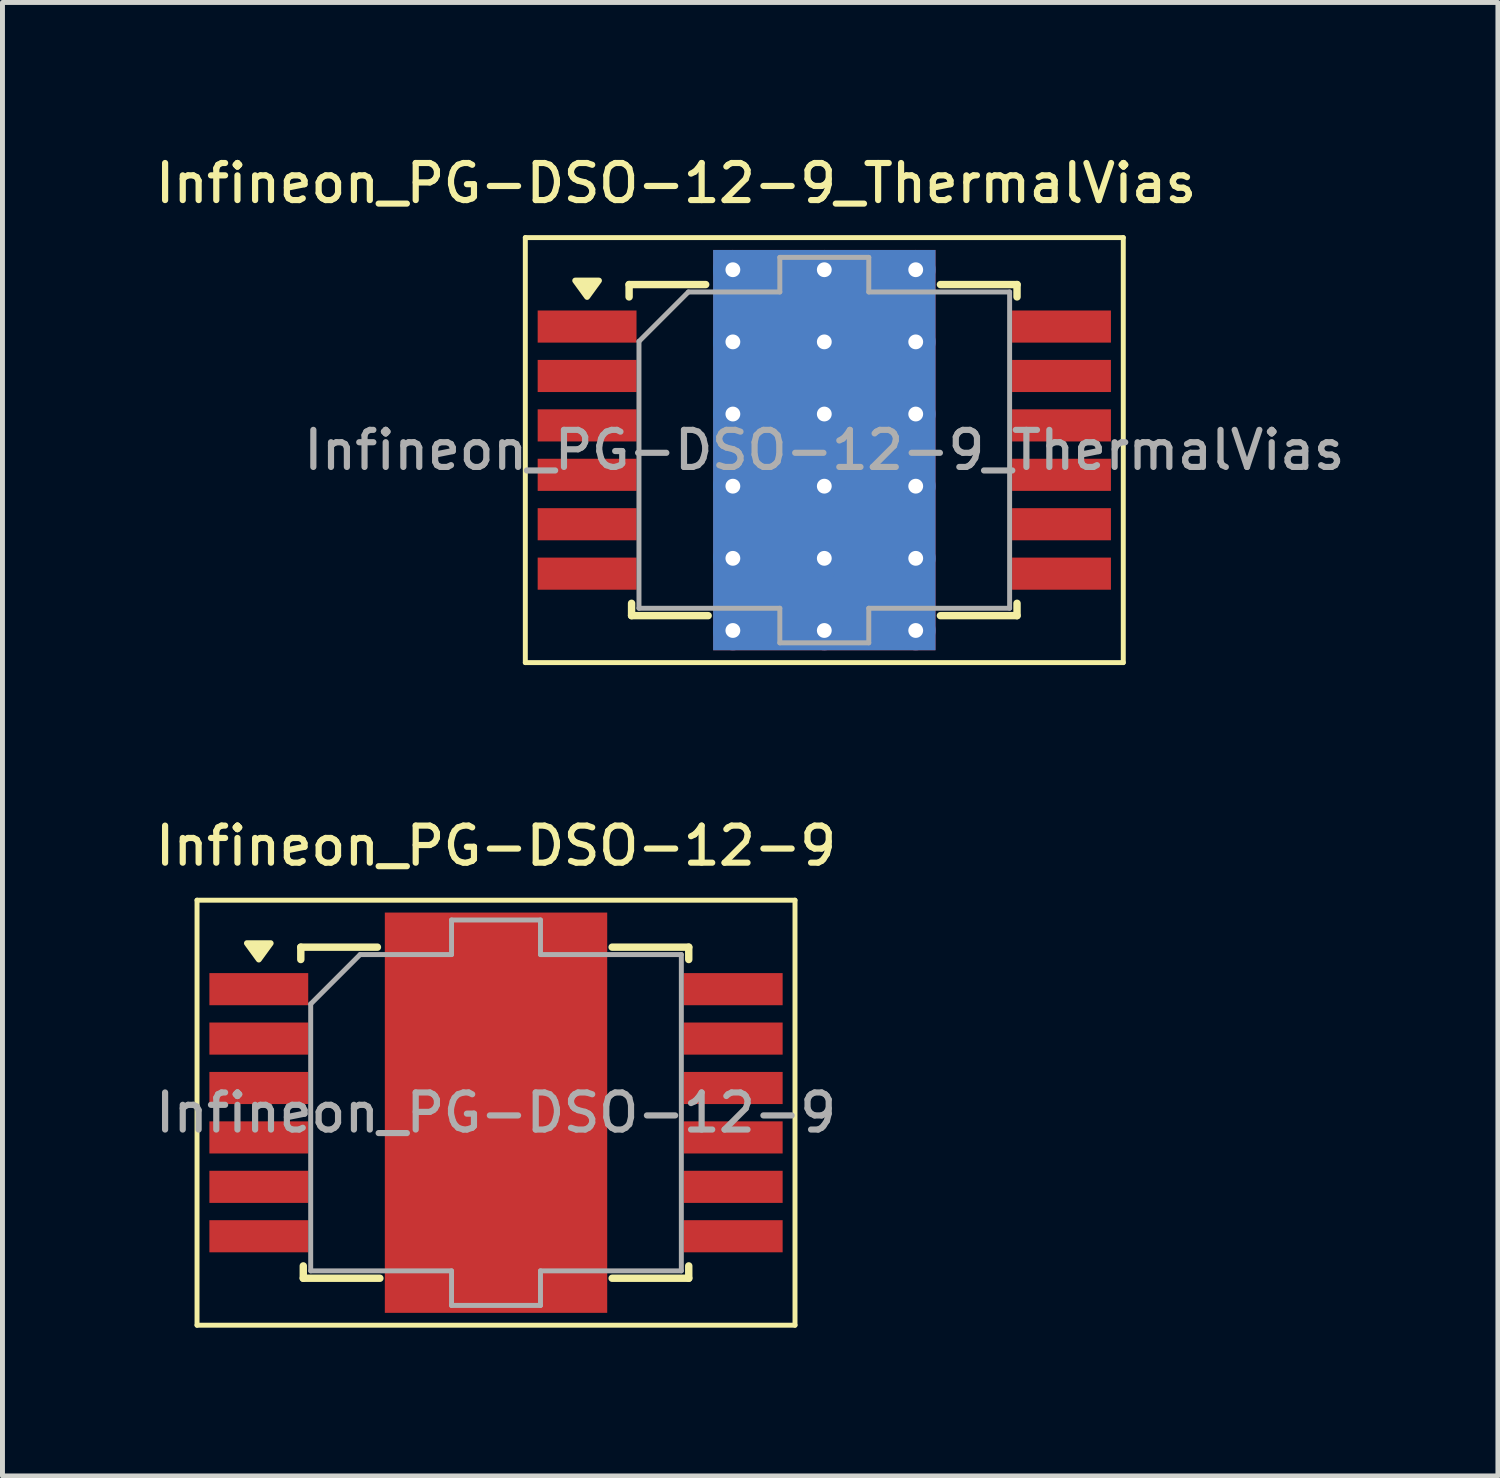
<source format=kicad_pcb>
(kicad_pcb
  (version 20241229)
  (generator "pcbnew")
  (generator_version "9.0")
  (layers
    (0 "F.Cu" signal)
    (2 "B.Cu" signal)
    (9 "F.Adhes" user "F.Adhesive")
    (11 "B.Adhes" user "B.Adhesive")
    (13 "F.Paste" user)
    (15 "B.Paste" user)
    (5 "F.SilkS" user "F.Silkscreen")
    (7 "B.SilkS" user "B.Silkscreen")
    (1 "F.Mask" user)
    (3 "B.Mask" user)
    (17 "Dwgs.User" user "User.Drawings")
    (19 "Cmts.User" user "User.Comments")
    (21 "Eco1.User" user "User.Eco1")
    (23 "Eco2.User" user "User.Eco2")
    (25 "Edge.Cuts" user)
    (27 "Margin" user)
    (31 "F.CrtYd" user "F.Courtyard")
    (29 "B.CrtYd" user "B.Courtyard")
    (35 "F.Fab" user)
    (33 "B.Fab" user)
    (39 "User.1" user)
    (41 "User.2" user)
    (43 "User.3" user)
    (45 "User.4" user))
  (footprint "Infineon_PG-DSO-12-9"
    (layer "F.Cu")
    (at 6.987 19.466)
    (property "Reference" "Infineon_PG-DSO-12-9" (at 0 -5.4 0) (layer "F.SilkS") (effects (font (size 0.75 0.75) (thickness 0.125))))
    (attr smd)
    (fp_line (start -6.05 -4.3) (end 6.05 -4.3) (stroke (width 0.1) (type solid)) (layer "F.SilkS"))
    (fp_line (start -6.05 4.3) (end -6.05 -4.3) (stroke (width 0.1) (type solid)) (layer "F.SilkS"))
    (fp_line (start -3.95 -3.35) (end -2.4 -3.35) (stroke (width 0.15) (type solid)) (layer "F.SilkS"))
    (fp_line (start -3.95 -3.1) (end -3.95 -3.35) (stroke (width 0.15) (type solid)) (layer "F.SilkS"))
    (fp_line (start -3.9 3.1) (end -3.9 3.35) (stroke (width 0.15) (type solid)) (layer "F.SilkS"))
    (fp_line (start -3.9 3.35) (end -2.35 3.35) (stroke (width 0.15) (type solid)) (layer "F.SilkS"))
    (fp_line (start 3.9 -3.35) (end 2.35 -3.35) (stroke (width 0.15) (type solid)) (layer "F.SilkS"))
    (fp_line (start 3.9 -3.1) (end 3.9 -3.35) (stroke (width 0.15) (type solid)) (layer "F.SilkS"))
    (fp_line (start 3.9 3.1) (end 3.9 3.35) (stroke (width 0.15) (type solid)) (layer "F.SilkS"))
    (fp_line (start 3.9 3.35) (end 2.35 3.35) (stroke (width 0.15) (type solid)) (layer "F.SilkS"))
    (fp_line (start 6.05 -4.3) (end 6.05 4.3) (stroke (width 0.1) (type solid)) (layer "F.SilkS"))
    (fp_line (start 6.05 4.3) (end -6.05 4.3) (stroke (width 0.1) (type solid)) (layer "F.SilkS"))
    (fp_poly (pts (xy -4.8 -3.1) (xy -5.04 -3.43) (xy -4.56 -3.43) (xy -4.8 -3.1)) (stroke (width 0.12) (type solid)) (fill yes) (layer "F.SilkS"))
    (fp_line (start -3.75 3.2) (end -3.75 -2.2) (stroke (width 0.1) (type solid)) (layer "F.Fab"))
    (fp_line (start -2.75 -3.2) (end -3.75 -2.2) (stroke (width 0.1) (type solid)) (layer "F.Fab"))
    (fp_line (start -2.75 -3.2) (end -0.9 -3.2) (stroke (width 0.1) (type solid)) (layer "F.Fab"))
    (fp_line (start -0.9 -3.9) (end 0.9 -3.9) (stroke (width 0.1) (type solid)) (layer "F.Fab"))
    (fp_line (start -0.9 -3.2) (end -0.9 -3.9) (stroke (width 0.1) (type solid)) (layer "F.Fab"))
    (fp_line (start -0.9 3.2) (end -3.75 3.2) (stroke (width 0.1) (type solid)) (layer "F.Fab"))
    (fp_line (start -0.9 3.9) (end -0.9 3.2) (stroke (width 0.1) (type solid)) (layer "F.Fab"))
    (fp_line (start 0.9 -3.9) (end 0.9 -3.2) (stroke (width 0.1) (type solid)) (layer "F.Fab"))
    (fp_line (start 0.9 -3.2) (end 3.75 -3.2) (stroke (width 0.1) (type solid)) (layer "F.Fab"))
    (fp_line (start 0.9 3.2) (end 0.9 3.9) (stroke (width 0.1) (type solid)) (layer "F.Fab"))
    (fp_line (start 0.9 3.9) (end -0.9 3.9) (stroke (width 0.1) (type solid)) (layer "F.Fab"))
    (fp_line (start 3.75 -3.2) (end 3.75 3.2) (stroke (width 0.1) (type solid)) (layer "F.Fab"))
    (fp_line (start 3.75 3.2) (end 0.9 3.2) (stroke (width 0.1) (type solid)) (layer "F.Fab"))
    (fp_text user "${REFERENCE}" (at 0 0 0) (layer "F.Fab") (effects (font (size 0.75 0.75) (thickness 0.125))))
    (pad "" smd rect (at -1.125 -2.92) (size 1.95 1.16) (layers "F.Paste"))
    (pad "" smd rect (at -1.125 -1.46) (size 1.95 1.16) (layers "F.Paste"))
    (pad "" smd rect (at -1.125 0) (size 1.95 1.16) (layers "F.Paste"))
    (pad "" smd rect (at -1.125 1.46) (size 1.95 1.16) (layers "F.Paste"))
    (pad "" smd rect (at -1.125 2.92) (size 1.95 1.16) (layers "F.Paste"))
    (pad "" smd rect (at 1.125 -2.92) (size 1.95 1.16) (layers "F.Paste"))
    (pad "" smd rect (at 1.125 -1.46) (size 1.95 1.16) (layers "F.Paste"))
    (pad "" smd rect (at 1.125 0) (size 1.95 1.16) (layers "F.Paste"))
    (pad "" smd rect (at 1.125 1.46) (size 1.95 1.16) (layers "F.Paste"))
    (pad "" smd rect (at 1.125 2.92) (size 1.95 1.16) (layers "F.Paste"))
    (pad "1" smd rect (at -4.8 -2.5) (size 2 0.65) (layers "F.Cu" "F.Mask" "F.Paste"))
    (pad "2" smd rect (at -4.8 -1.5) (size 2 0.65) (layers "F.Cu" "F.Mask" "F.Paste"))
    (pad "3" smd rect (at -4.8 -0.5) (size 2 0.65) (layers "F.Cu" "F.Mask" "F.Paste"))
    (pad "4" smd rect (at -4.8 0.5) (size 2 0.65) (layers "F.Cu" "F.Mask" "F.Paste"))
    (pad "5" smd rect (at -4.8 1.5) (size 2 0.65) (layers "F.Cu" "F.Mask" "F.Paste"))
    (pad "6" smd rect (at -4.8 2.5) (size 2 0.65) (layers "F.Cu" "F.Mask" "F.Paste"))
    (pad "7" smd rect (at 4.8 2.5) (size 2 0.65) (layers "F.Cu" "F.Mask" "F.Paste"))
    (pad "8" smd rect (at 4.8 1.5) (size 2 0.65) (layers "F.Cu" "F.Mask" "F.Paste"))
    (pad "9" smd rect (at 4.8 0.5) (size 2 0.65) (layers "F.Cu" "F.Mask" "F.Paste"))
    (pad "10" smd rect (at 4.8 -0.5) (size 2 0.65) (layers "F.Cu" "F.Mask" "F.Paste"))
    (pad "11" smd rect (at 4.8 -1.5) (size 2 0.65) (layers "F.Cu" "F.Mask" "F.Paste"))
    (pad "12" smd rect (at 4.8 -2.5) (size 2 0.65) (layers "F.Cu" "F.Mask" "F.Paste"))
    (pad "13" smd rect (at 0 0) (size 4.5 8.1) (layers "F.Cu" "F.Mask")))
  (footprint "Infineon_PG-DSO-12-9_ThermalVias"
    (layer "F.Cu")
    (at 13.63 6.058)
    (property "Reference" "Infineon_PG-DSO-12-9_ThermalVias" (at -3 -5.4 0) (layer "F.SilkS") (effects (font (size 0.75 0.75) (thickness 0.125))))
    (attr smd)
    (fp_line (start -6.05 -4.3) (end 6.05 -4.3) (stroke (width 0.1) (type solid)) (layer "F.SilkS"))
    (fp_line (start -6.05 4.3) (end -6.05 -4.3) (stroke (width 0.1) (type solid)) (layer "F.SilkS"))
    (fp_line (start -3.95 -3.35) (end -2.4 -3.35) (stroke (width 0.15) (type solid)) (layer "F.SilkS"))
    (fp_line (start -3.95 -3.1) (end -3.95 -3.35) (stroke (width 0.15) (type solid)) (layer "F.SilkS"))
    (fp_line (start -3.9 3.1) (end -3.9 3.35) (stroke (width 0.15) (type solid)) (layer "F.SilkS"))
    (fp_line (start -3.9 3.35) (end -2.35 3.35) (stroke (width 0.15) (type solid)) (layer "F.SilkS"))
    (fp_line (start 3.9 -3.35) (end 2.35 -3.35) (stroke (width 0.15) (type solid)) (layer "F.SilkS"))
    (fp_line (start 3.9 -3.1) (end 3.9 -3.35) (stroke (width 0.15) (type solid)) (layer "F.SilkS"))
    (fp_line (start 3.9 3.1) (end 3.9 3.35) (stroke (width 0.15) (type solid)) (layer "F.SilkS"))
    (fp_line (start 3.9 3.35) (end 2.35 3.35) (stroke (width 0.15) (type solid)) (layer "F.SilkS"))
    (fp_line (start 6.05 -4.3) (end 6.05 4.3) (stroke (width 0.1) (type solid)) (layer "F.SilkS"))
    (fp_line (start 6.05 4.3) (end -6.05 4.3) (stroke (width 0.1) (type solid)) (layer "F.SilkS"))
    (fp_poly (pts (xy -4.8 -3.1) (xy -5.04 -3.43) (xy -4.56 -3.43) (xy -4.8 -3.1)) (stroke (width 0.12) (type solid)) (fill yes) (layer "F.SilkS"))
    (fp_line (start -3.75 3.2) (end -3.75 -2.2) (stroke (width 0.1) (type solid)) (layer "F.Fab"))
    (fp_line (start -2.75 -3.2) (end -3.75 -2.2) (stroke (width 0.1) (type solid)) (layer "F.Fab"))
    (fp_line (start -2.75 -3.2) (end -0.9 -3.2) (stroke (width 0.1) (type solid)) (layer "F.Fab"))
    (fp_line (start -0.9 -3.9) (end 0.9 -3.9) (stroke (width 0.1) (type solid)) (layer "F.Fab"))
    (fp_line (start -0.9 -3.2) (end -0.9 -3.9) (stroke (width 0.1) (type solid)) (layer "F.Fab"))
    (fp_line (start -0.9 3.2) (end -3.75 3.2) (stroke (width 0.1) (type solid)) (layer "F.Fab"))
    (fp_line (start -0.9 3.9) (end -0.9 3.2) (stroke (width 0.1) (type solid)) (layer "F.Fab"))
    (fp_line (start 0.9 -3.9) (end 0.9 -3.2) (stroke (width 0.1) (type solid)) (layer "F.Fab"))
    (fp_line (start 0.9 -3.2) (end 3.75 -3.2) (stroke (width 0.1) (type solid)) (layer "F.Fab"))
    (fp_line (start 0.9 3.2) (end 0.9 3.9) (stroke (width 0.1) (type solid)) (layer "F.Fab"))
    (fp_line (start 0.9 3.9) (end -0.9 3.9) (stroke (width 0.1) (type solid)) (layer "F.Fab"))
    (fp_line (start 3.75 -3.2) (end 3.75 3.2) (stroke (width 0.1) (type solid)) (layer "F.Fab"))
    (fp_line (start 3.75 3.2) (end 0.9 3.2) (stroke (width 0.1) (type solid)) (layer "F.Fab"))
    (fp_text user "${REFERENCE}" (at 0 0 0) (layer "F.Fab") (effects (font (size 0.75 0.75) (thickness 0.125))))
    (pad "" smd rect (at -0.925 -2.92) (size 1.55 1.16) (layers "F.Paste"))
    (pad "" smd rect (at -0.925 -1.46) (size 1.55 1.16) (layers "F.Paste"))
    (pad "" smd rect (at -0.925 0) (size 1.55 1.16) (layers "F.Paste"))
    (pad "" smd rect (at -0.925 1.46) (size 1.55 1.16) (layers "F.Paste"))
    (pad "" smd rect (at -0.925 2.92) (size 1.55 1.16) (layers "F.Paste"))
    (pad "" smd rect (at 0.925 -2.92) (size 1.55 1.16) (layers "F.Paste"))
    (pad "" smd rect (at 0.925 -1.46) (size 1.55 1.16) (layers "F.Paste"))
    (pad "" smd rect (at 0.925 0) (size 1.55 1.16) (layers "F.Paste"))
    (pad "" smd rect (at 0.925 1.46) (size 1.55 1.16) (layers "F.Paste"))
    (pad "" smd rect (at 0.925 2.92) (size 1.55 1.16) (layers "F.Paste"))
    (pad "1" smd rect (at -4.8 -2.5) (size 2 0.65) (layers "F.Cu" "F.Mask" "F.Paste"))
    (pad "2" smd rect (at -4.8 -1.5) (size 2 0.65) (layers "F.Cu" "F.Mask" "F.Paste"))
    (pad "3" smd rect (at -4.8 -0.5) (size 2 0.65) (layers "F.Cu" "F.Mask" "F.Paste"))
    (pad "4" smd rect (at -4.8 0.5) (size 2 0.65) (layers "F.Cu" "F.Mask" "F.Paste"))
    (pad "5" smd rect (at -4.8 1.5) (size 2 0.65) (layers "F.Cu" "F.Mask" "F.Paste"))
    (pad "6" smd rect (at -4.8 2.5) (size 2 0.65) (layers "F.Cu" "F.Mask" "F.Paste"))
    (pad "7" smd rect (at 4.8 2.5) (size 2 0.65) (layers "F.Cu" "F.Mask" "F.Paste"))
    (pad "8" smd rect (at 4.8 1.5) (size 2 0.65) (layers "F.Cu" "F.Mask" "F.Paste"))
    (pad "9" smd rect (at 4.8 0.5) (size 2 0.65) (layers "F.Cu" "F.Mask" "F.Paste"))
    (pad "10" smd rect (at 4.8 -0.5) (size 2 0.65) (layers "F.Cu" "F.Mask" "F.Paste"))
    (pad "11" smd rect (at 4.8 -1.5) (size 2 0.65) (layers "F.Cu" "F.Mask" "F.Paste"))
    (pad "12" smd rect (at 4.8 -2.5) (size 2 0.65) (layers "F.Cu" "F.Mask" "F.Paste"))
    (pad "13" thru_hole circle (at -1.85 -3.65) (size 0.8 0.8) (drill 0.3) (layers "*.Cu"))
    (pad "13" thru_hole circle (at -1.85 -2.19) (size 0.8 0.8) (drill 0.3) (layers "*.Cu"))
    (pad "13" thru_hole circle (at -1.85 -0.73) (size 0.8 0.8) (drill 0.3) (layers "*.Cu"))
    (pad "13" thru_hole circle (at -1.85 0.73) (size 0.8 0.8) (drill 0.3) (layers "*.Cu"))
    (pad "13" thru_hole circle (at -1.85 2.19) (size 0.8 0.8) (drill 0.3) (layers "*.Cu"))
    (pad "13" thru_hole circle (at -1.85 3.65) (size 0.8 0.8) (drill 0.3) (layers "*.Cu"))
    (pad "13" thru_hole circle (at 0 -3.65) (size 0.8 0.8) (drill 0.3) (layers "*.Cu"))
    (pad "13" thru_hole circle (at 0 -2.19) (size 0.8 0.8) (drill 0.3) (layers "*.Cu"))
    (pad "13" thru_hole circle (at 0 -0.73) (size 0.8 0.8) (drill 0.3) (layers "*.Cu"))
    (pad "13" smd rect (at 0 0) (size 4.5 8.1) (layers "F.Cu" "F.Mask"))
    (pad "13" smd rect (at 0 0) (size 4.5 8.1) (layers "B.Cu"))
    (pad "13" thru_hole circle (at 0 0.73) (size 0.8 0.8) (drill 0.3) (layers "*.Cu"))
    (pad "13" thru_hole circle (at 0 2.19) (size 0.8 0.8) (drill 0.3) (layers "*.Cu"))
    (pad "13" thru_hole circle (at 0 3.65) (size 0.8 0.8) (drill 0.3) (layers "*.Cu"))
    (pad "13" thru_hole circle (at 1.85 -3.65) (size 0.8 0.8) (drill 0.3) (layers "*.Cu"))
    (pad "13" thru_hole circle (at 1.85 -2.19) (size 0.8 0.8) (drill 0.3) (layers "*.Cu"))
    (pad "13" thru_hole circle (at 1.85 -0.73) (size 0.8 0.8) (drill 0.3) (layers "*.Cu"))
    (pad "13" thru_hole circle (at 1.85 0.73) (size 0.8 0.8) (drill 0.3) (layers "*.Cu"))
    (pad "13" thru_hole circle (at 1.85 2.19) (size 0.8 0.8) (drill 0.3) (layers "*.Cu"))
    (pad "13" thru_hole circle (at 1.85 3.65) (size 0.8 0.8) (drill 0.3) (layers "*.Cu")))
  (gr_rect
    (start -3 -3)
    (end 27.261 26.816)
    (stroke (width 0.1) (type default))
    (fill no)
    (layer "Edge.Cuts")))
</source>
